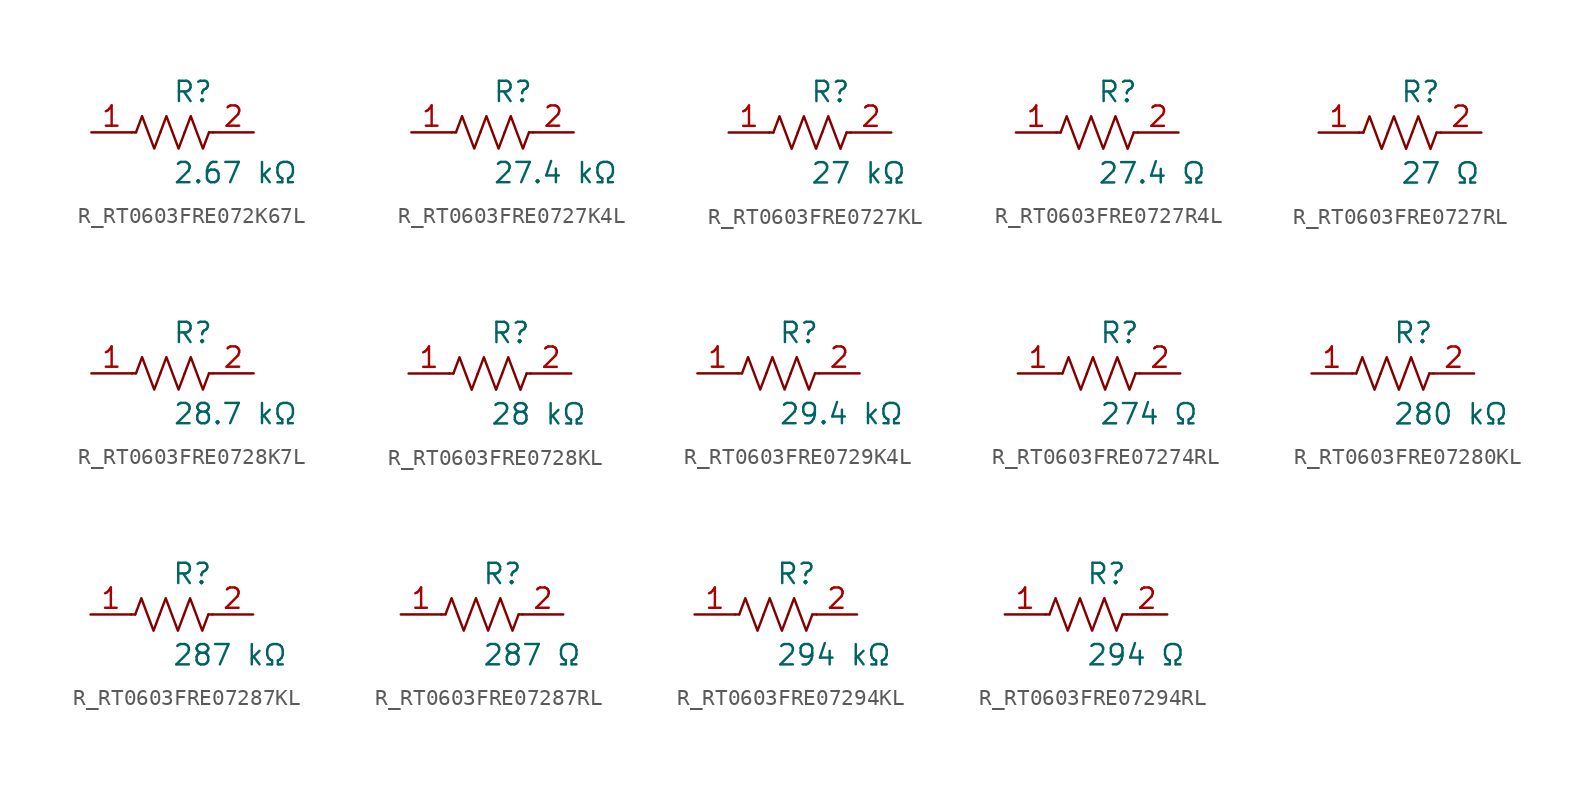
<source format=kicad_sym>
(kicad_symbol_lib
  (version 20231120)
  (generator kicad_symbol_editor)
  (generator_version 8.0)
  (symbol "R_RT0603FRE072K67L"
    (pin_names
      (offset 0.254))
    (property "Reference" "R"
      (at 0.0 2.54 0)
      (effects (font (size 1.27 1.27)) (justify left)))
    (property "Value" "2.67 kΩ"
      (at 0.0 -2.54 0)
      (effects (font (size 1.27 1.27)) (justify left)))
    (symbol "R_RT0603FRE072K67L_0_1"
      (polyline (pts (xy 2.286 0) (xy 2.54 0)) (stroke (width 0) (type default)) (fill (type none)))
      (polyline (pts (xy -2.286 0) (xy -2.54 0)) (stroke (width 0) (type default)) (fill (type none)))
      (polyline (pts (xy 0.762 0) (xy 1.143 1.016) (xy 1.524 0) (xy 1.905 -1.016) (xy 2.286 0)) (stroke (width 0) (type default)) (fill (type none)))
      (polyline (pts (xy -0.762 0) (xy -0.381 1.016) (xy 0 0) (xy 0.381 -1.016) (xy 0.762 0)) (stroke (width 0) (type default)) (fill (type none)))
      (polyline (pts (xy -2.286 0) (xy -1.905 1.016) (xy -1.524 0) (xy -1.143 -1.016) (xy -0.762 0)) (stroke (width 0) (type default)) (fill (type none))))
    (pin unspecified line
      (at -5.08 0 0)
      (length 2.54)
      (name "" (effects (font (size 1.27 1.27))))
      (number "1" (effects (font (size 1.27 1.27)))))
    (pin unspecified line
      (at 5.08 0 180)
      (length 2.54)
      (name "" (effects (font (size 1.27 1.27))))
      (number "2" (effects (font (size 1.27 1.27))))))
  (symbol "R_RT0603FRE0727K4L"
    (pin_names
      (offset 0.254))
    (property "Reference" "R"
      (at 0.0 2.54 0)
      (effects (font (size 1.27 1.27)) (justify left)))
    (property "Value" "27.4 kΩ"
      (at 0.0 -2.54 0)
      (effects (font (size 1.27 1.27)) (justify left)))
    (symbol "R_RT0603FRE0727K4L_0_1"
      (polyline (pts (xy 2.286 0) (xy 2.54 0)) (stroke (width 0) (type default)) (fill (type none)))
      (polyline (pts (xy -2.286 0) (xy -2.54 0)) (stroke (width 0) (type default)) (fill (type none)))
      (polyline (pts (xy 0.762 0) (xy 1.143 1.016) (xy 1.524 0) (xy 1.905 -1.016) (xy 2.286 0)) (stroke (width 0) (type default)) (fill (type none)))
      (polyline (pts (xy -0.762 0) (xy -0.381 1.016) (xy 0 0) (xy 0.381 -1.016) (xy 0.762 0)) (stroke (width 0) (type default)) (fill (type none)))
      (polyline (pts (xy -2.286 0) (xy -1.905 1.016) (xy -1.524 0) (xy -1.143 -1.016) (xy -0.762 0)) (stroke (width 0) (type default)) (fill (type none))))
    (pin unspecified line
      (at -5.08 0 0)
      (length 2.54)
      (name "" (effects (font (size 1.27 1.27))))
      (number "1" (effects (font (size 1.27 1.27)))))
    (pin unspecified line
      (at 5.08 0 180)
      (length 2.54)
      (name "" (effects (font (size 1.27 1.27))))
      (number "2" (effects (font (size 1.27 1.27))))))
  (symbol "R_RT0603FRE0727KL"
    (pin_names
      (offset 0.254))
    (property "Reference" "R"
      (at 0.0 2.54 0)
      (effects (font (size 1.27 1.27)) (justify left)))
    (property "Value" "27 kΩ"
      (at 0.0 -2.54 0)
      (effects (font (size 1.27 1.27)) (justify left)))
    (symbol "R_RT0603FRE0727KL_0_1"
      (polyline (pts (xy 2.286 0) (xy 2.54 0)) (stroke (width 0) (type default)) (fill (type none)))
      (polyline (pts (xy -2.286 0) (xy -2.54 0)) (stroke (width 0) (type default)) (fill (type none)))
      (polyline (pts (xy 0.762 0) (xy 1.143 1.016) (xy 1.524 0) (xy 1.905 -1.016) (xy 2.286 0)) (stroke (width 0) (type default)) (fill (type none)))
      (polyline (pts (xy -0.762 0) (xy -0.381 1.016) (xy 0 0) (xy 0.381 -1.016) (xy 0.762 0)) (stroke (width 0) (type default)) (fill (type none)))
      (polyline (pts (xy -2.286 0) (xy -1.905 1.016) (xy -1.524 0) (xy -1.143 -1.016) (xy -0.762 0)) (stroke (width 0) (type default)) (fill (type none))))
    (pin unspecified line
      (at -5.08 0 0)
      (length 2.54)
      (name "" (effects (font (size 1.27 1.27))))
      (number "1" (effects (font (size 1.27 1.27)))))
    (pin unspecified line
      (at 5.08 0 180)
      (length 2.54)
      (name "" (effects (font (size 1.27 1.27))))
      (number "2" (effects (font (size 1.27 1.27))))))
  (symbol "R_RT0603FRE0727R4L"
    (pin_names
      (offset 0.254))
    (property "Reference" "R"
      (at 0.0 2.54 0)
      (effects (font (size 1.27 1.27)) (justify left)))
    (property "Value" "27.4 Ω"
      (at 0.0 -2.54 0)
      (effects (font (size 1.27 1.27)) (justify left)))
    (symbol "R_RT0603FRE0727R4L_0_1"
      (polyline (pts (xy 2.286 0) (xy 2.54 0)) (stroke (width 0) (type default)) (fill (type none)))
      (polyline (pts (xy -2.286 0) (xy -2.54 0)) (stroke (width 0) (type default)) (fill (type none)))
      (polyline (pts (xy 0.762 0) (xy 1.143 1.016) (xy 1.524 0) (xy 1.905 -1.016) (xy 2.286 0)) (stroke (width 0) (type default)) (fill (type none)))
      (polyline (pts (xy -0.762 0) (xy -0.381 1.016) (xy 0 0) (xy 0.381 -1.016) (xy 0.762 0)) (stroke (width 0) (type default)) (fill (type none)))
      (polyline (pts (xy -2.286 0) (xy -1.905 1.016) (xy -1.524 0) (xy -1.143 -1.016) (xy -0.762 0)) (stroke (width 0) (type default)) (fill (type none))))
    (pin unspecified line
      (at -5.08 0 0)
      (length 2.54)
      (name "" (effects (font (size 1.27 1.27))))
      (number "1" (effects (font (size 1.27 1.27)))))
    (pin unspecified line
      (at 5.08 0 180)
      (length 2.54)
      (name "" (effects (font (size 1.27 1.27))))
      (number "2" (effects (font (size 1.27 1.27))))))
  (symbol "R_RT0603FRE0727RL"
    (pin_names
      (offset 0.254))
    (property "Reference" "R"
      (at 0.0 2.54 0)
      (effects (font (size 1.27 1.27)) (justify left)))
    (property "Value" "27 Ω"
      (at 0.0 -2.54 0)
      (effects (font (size 1.27 1.27)) (justify left)))
    (symbol "R_RT0603FRE0727RL_0_1"
      (polyline (pts (xy 2.286 0) (xy 2.54 0)) (stroke (width 0) (type default)) (fill (type none)))
      (polyline (pts (xy -2.286 0) (xy -2.54 0)) (stroke (width 0) (type default)) (fill (type none)))
      (polyline (pts (xy 0.762 0) (xy 1.143 1.016) (xy 1.524 0) (xy 1.905 -1.016) (xy 2.286 0)) (stroke (width 0) (type default)) (fill (type none)))
      (polyline (pts (xy -0.762 0) (xy -0.381 1.016) (xy 0 0) (xy 0.381 -1.016) (xy 0.762 0)) (stroke (width 0) (type default)) (fill (type none)))
      (polyline (pts (xy -2.286 0) (xy -1.905 1.016) (xy -1.524 0) (xy -1.143 -1.016) (xy -0.762 0)) (stroke (width 0) (type default)) (fill (type none))))
    (pin unspecified line
      (at -5.08 0 0)
      (length 2.54)
      (name "" (effects (font (size 1.27 1.27))))
      (number "1" (effects (font (size 1.27 1.27)))))
    (pin unspecified line
      (at 5.08 0 180)
      (length 2.54)
      (name "" (effects (font (size 1.27 1.27))))
      (number "2" (effects (font (size 1.27 1.27))))))
  (symbol "R_RT0603FRE0728K7L"
    (pin_names
      (offset 0.254))
    (property "Reference" "R"
      (at 0.0 2.54 0)
      (effects (font (size 1.27 1.27)) (justify left)))
    (property "Value" "28.7 kΩ"
      (at 0.0 -2.54 0)
      (effects (font (size 1.27 1.27)) (justify left)))
    (symbol "R_RT0603FRE0728K7L_0_1"
      (polyline (pts (xy 2.286 0) (xy 2.54 0)) (stroke (width 0) (type default)) (fill (type none)))
      (polyline (pts (xy -2.286 0) (xy -2.54 0)) (stroke (width 0) (type default)) (fill (type none)))
      (polyline (pts (xy 0.762 0) (xy 1.143 1.016) (xy 1.524 0) (xy 1.905 -1.016) (xy 2.286 0)) (stroke (width 0) (type default)) (fill (type none)))
      (polyline (pts (xy -0.762 0) (xy -0.381 1.016) (xy 0 0) (xy 0.381 -1.016) (xy 0.762 0)) (stroke (width 0) (type default)) (fill (type none)))
      (polyline (pts (xy -2.286 0) (xy -1.905 1.016) (xy -1.524 0) (xy -1.143 -1.016) (xy -0.762 0)) (stroke (width 0) (type default)) (fill (type none))))
    (pin unspecified line
      (at -5.08 0 0)
      (length 2.54)
      (name "" (effects (font (size 1.27 1.27))))
      (number "1" (effects (font (size 1.27 1.27)))))
    (pin unspecified line
      (at 5.08 0 180)
      (length 2.54)
      (name "" (effects (font (size 1.27 1.27))))
      (number "2" (effects (font (size 1.27 1.27))))))
  (symbol "R_RT0603FRE0728KL"
    (pin_names
      (offset 0.254))
    (property "Reference" "R"
      (at 0.0 2.54 0)
      (effects (font (size 1.27 1.27)) (justify left)))
    (property "Value" "28 kΩ"
      (at 0.0 -2.54 0)
      (effects (font (size 1.27 1.27)) (justify left)))
    (symbol "R_RT0603FRE0728KL_0_1"
      (polyline (pts (xy 2.286 0) (xy 2.54 0)) (stroke (width 0) (type default)) (fill (type none)))
      (polyline (pts (xy -2.286 0) (xy -2.54 0)) (stroke (width 0) (type default)) (fill (type none)))
      (polyline (pts (xy 0.762 0) (xy 1.143 1.016) (xy 1.524 0) (xy 1.905 -1.016) (xy 2.286 0)) (stroke (width 0) (type default)) (fill (type none)))
      (polyline (pts (xy -0.762 0) (xy -0.381 1.016) (xy 0 0) (xy 0.381 -1.016) (xy 0.762 0)) (stroke (width 0) (type default)) (fill (type none)))
      (polyline (pts (xy -2.286 0) (xy -1.905 1.016) (xy -1.524 0) (xy -1.143 -1.016) (xy -0.762 0)) (stroke (width 0) (type default)) (fill (type none))))
    (pin unspecified line
      (at -5.08 0 0)
      (length 2.54)
      (name "" (effects (font (size 1.27 1.27))))
      (number "1" (effects (font (size 1.27 1.27)))))
    (pin unspecified line
      (at 5.08 0 180)
      (length 2.54)
      (name "" (effects (font (size 1.27 1.27))))
      (number "2" (effects (font (size 1.27 1.27))))))
  (symbol "R_RT0603FRE0729K4L"
    (pin_names
      (offset 0.254))
    (property "Reference" "R"
      (at 0.0 2.54 0)
      (effects (font (size 1.27 1.27)) (justify left)))
    (property "Value" "29.4 kΩ"
      (at 0.0 -2.54 0)
      (effects (font (size 1.27 1.27)) (justify left)))
    (symbol "R_RT0603FRE0729K4L_0_1"
      (polyline (pts (xy 2.286 0) (xy 2.54 0)) (stroke (width 0) (type default)) (fill (type none)))
      (polyline (pts (xy -2.286 0) (xy -2.54 0)) (stroke (width 0) (type default)) (fill (type none)))
      (polyline (pts (xy 0.762 0) (xy 1.143 1.016) (xy 1.524 0) (xy 1.905 -1.016) (xy 2.286 0)) (stroke (width 0) (type default)) (fill (type none)))
      (polyline (pts (xy -0.762 0) (xy -0.381 1.016) (xy 0 0) (xy 0.381 -1.016) (xy 0.762 0)) (stroke (width 0) (type default)) (fill (type none)))
      (polyline (pts (xy -2.286 0) (xy -1.905 1.016) (xy -1.524 0) (xy -1.143 -1.016) (xy -0.762 0)) (stroke (width 0) (type default)) (fill (type none))))
    (pin unspecified line
      (at -5.08 0 0)
      (length 2.54)
      (name "" (effects (font (size 1.27 1.27))))
      (number "1" (effects (font (size 1.27 1.27)))))
    (pin unspecified line
      (at 5.08 0 180)
      (length 2.54)
      (name "" (effects (font (size 1.27 1.27))))
      (number "2" (effects (font (size 1.27 1.27))))))
  (symbol "R_RT0603FRE07274RL"
    (pin_names
      (offset 0.254))
    (property "Reference" "R"
      (at 0.0 2.54 0)
      (effects (font (size 1.27 1.27)) (justify left)))
    (property "Value" "274 Ω"
      (at 0.0 -2.54 0)
      (effects (font (size 1.27 1.27)) (justify left)))
    (symbol "R_RT0603FRE07274RL_0_1"
      (polyline (pts (xy 2.286 0) (xy 2.54 0)) (stroke (width 0) (type default)) (fill (type none)))
      (polyline (pts (xy -2.286 0) (xy -2.54 0)) (stroke (width 0) (type default)) (fill (type none)))
      (polyline (pts (xy 0.762 0) (xy 1.143 1.016) (xy 1.524 0) (xy 1.905 -1.016) (xy 2.286 0)) (stroke (width 0) (type default)) (fill (type none)))
      (polyline (pts (xy -0.762 0) (xy -0.381 1.016) (xy 0 0) (xy 0.381 -1.016) (xy 0.762 0)) (stroke (width 0) (type default)) (fill (type none)))
      (polyline (pts (xy -2.286 0) (xy -1.905 1.016) (xy -1.524 0) (xy -1.143 -1.016) (xy -0.762 0)) (stroke (width 0) (type default)) (fill (type none))))
    (pin unspecified line
      (at -5.08 0 0)
      (length 2.54)
      (name "" (effects (font (size 1.27 1.27))))
      (number "1" (effects (font (size 1.27 1.27)))))
    (pin unspecified line
      (at 5.08 0 180)
      (length 2.54)
      (name "" (effects (font (size 1.27 1.27))))
      (number "2" (effects (font (size 1.27 1.27))))))
  (symbol "R_RT0603FRE07280KL"
    (pin_names
      (offset 0.254))
    (property "Reference" "R"
      (at 0.0 2.54 0)
      (effects (font (size 1.27 1.27)) (justify left)))
    (property "Value" "280 kΩ"
      (at 0.0 -2.54 0)
      (effects (font (size 1.27 1.27)) (justify left)))
    (symbol "R_RT0603FRE07280KL_0_1"
      (polyline (pts (xy 2.286 0) (xy 2.54 0)) (stroke (width 0) (type default)) (fill (type none)))
      (polyline (pts (xy -2.286 0) (xy -2.54 0)) (stroke (width 0) (type default)) (fill (type none)))
      (polyline (pts (xy 0.762 0) (xy 1.143 1.016) (xy 1.524 0) (xy 1.905 -1.016) (xy 2.286 0)) (stroke (width 0) (type default)) (fill (type none)))
      (polyline (pts (xy -0.762 0) (xy -0.381 1.016) (xy 0 0) (xy 0.381 -1.016) (xy 0.762 0)) (stroke (width 0) (type default)) (fill (type none)))
      (polyline (pts (xy -2.286 0) (xy -1.905 1.016) (xy -1.524 0) (xy -1.143 -1.016) (xy -0.762 0)) (stroke (width 0) (type default)) (fill (type none))))
    (pin unspecified line
      (at -5.08 0 0)
      (length 2.54)
      (name "" (effects (font (size 1.27 1.27))))
      (number "1" (effects (font (size 1.27 1.27)))))
    (pin unspecified line
      (at 5.08 0 180)
      (length 2.54)
      (name "" (effects (font (size 1.27 1.27))))
      (number "2" (effects (font (size 1.27 1.27))))))
  (symbol "R_RT0603FRE07287KL"
    (pin_names
      (offset 0.254))
    (property "Reference" "R"
      (at 0.0 2.54 0)
      (effects (font (size 1.27 1.27)) (justify left)))
    (property "Value" "287 kΩ"
      (at 0.0 -2.54 0)
      (effects (font (size 1.27 1.27)) (justify left)))
    (symbol "R_RT0603FRE07287KL_0_1"
      (polyline (pts (xy 2.286 0) (xy 2.54 0)) (stroke (width 0) (type default)) (fill (type none)))
      (polyline (pts (xy -2.286 0) (xy -2.54 0)) (stroke (width 0) (type default)) (fill (type none)))
      (polyline (pts (xy 0.762 0) (xy 1.143 1.016) (xy 1.524 0) (xy 1.905 -1.016) (xy 2.286 0)) (stroke (width 0) (type default)) (fill (type none)))
      (polyline (pts (xy -0.762 0) (xy -0.381 1.016) (xy 0 0) (xy 0.381 -1.016) (xy 0.762 0)) (stroke (width 0) (type default)) (fill (type none)))
      (polyline (pts (xy -2.286 0) (xy -1.905 1.016) (xy -1.524 0) (xy -1.143 -1.016) (xy -0.762 0)) (stroke (width 0) (type default)) (fill (type none))))
    (pin unspecified line
      (at -5.08 0 0)
      (length 2.54)
      (name "" (effects (font (size 1.27 1.27))))
      (number "1" (effects (font (size 1.27 1.27)))))
    (pin unspecified line
      (at 5.08 0 180)
      (length 2.54)
      (name "" (effects (font (size 1.27 1.27))))
      (number "2" (effects (font (size 1.27 1.27))))))
  (symbol "R_RT0603FRE07287RL"
    (pin_names
      (offset 0.254))
    (property "Reference" "R"
      (at 0.0 2.54 0)
      (effects (font (size 1.27 1.27)) (justify left)))
    (property "Value" "287 Ω"
      (at 0.0 -2.54 0)
      (effects (font (size 1.27 1.27)) (justify left)))
    (symbol "R_RT0603FRE07287RL_0_1"
      (polyline (pts (xy 2.286 0) (xy 2.54 0)) (stroke (width 0) (type default)) (fill (type none)))
      (polyline (pts (xy -2.286 0) (xy -2.54 0)) (stroke (width 0) (type default)) (fill (type none)))
      (polyline (pts (xy 0.762 0) (xy 1.143 1.016) (xy 1.524 0) (xy 1.905 -1.016) (xy 2.286 0)) (stroke (width 0) (type default)) (fill (type none)))
      (polyline (pts (xy -0.762 0) (xy -0.381 1.016) (xy 0 0) (xy 0.381 -1.016) (xy 0.762 0)) (stroke (width 0) (type default)) (fill (type none)))
      (polyline (pts (xy -2.286 0) (xy -1.905 1.016) (xy -1.524 0) (xy -1.143 -1.016) (xy -0.762 0)) (stroke (width 0) (type default)) (fill (type none))))
    (pin unspecified line
      (at -5.08 0 0)
      (length 2.54)
      (name "" (effects (font (size 1.27 1.27))))
      (number "1" (effects (font (size 1.27 1.27)))))
    (pin unspecified line
      (at 5.08 0 180)
      (length 2.54)
      (name "" (effects (font (size 1.27 1.27))))
      (number "2" (effects (font (size 1.27 1.27))))))
  (symbol "R_RT0603FRE07294KL"
    (pin_names
      (offset 0.254))
    (property "Reference" "R"
      (at 0.0 2.54 0)
      (effects (font (size 1.27 1.27)) (justify left)))
    (property "Value" "294 kΩ"
      (at 0.0 -2.54 0)
      (effects (font (size 1.27 1.27)) (justify left)))
    (symbol "R_RT0603FRE07294KL_0_1"
      (polyline (pts (xy 2.286 0) (xy 2.54 0)) (stroke (width 0) (type default)) (fill (type none)))
      (polyline (pts (xy -2.286 0) (xy -2.54 0)) (stroke (width 0) (type default)) (fill (type none)))
      (polyline (pts (xy 0.762 0) (xy 1.143 1.016) (xy 1.524 0) (xy 1.905 -1.016) (xy 2.286 0)) (stroke (width 0) (type default)) (fill (type none)))
      (polyline (pts (xy -0.762 0) (xy -0.381 1.016) (xy 0 0) (xy 0.381 -1.016) (xy 0.762 0)) (stroke (width 0) (type default)) (fill (type none)))
      (polyline (pts (xy -2.286 0) (xy -1.905 1.016) (xy -1.524 0) (xy -1.143 -1.016) (xy -0.762 0)) (stroke (width 0) (type default)) (fill (type none))))
    (pin unspecified line
      (at -5.08 0 0)
      (length 2.54)
      (name "" (effects (font (size 1.27 1.27))))
      (number "1" (effects (font (size 1.27 1.27)))))
    (pin unspecified line
      (at 5.08 0 180)
      (length 2.54)
      (name "" (effects (font (size 1.27 1.27))))
      (number "2" (effects (font (size 1.27 1.27))))))
  (symbol "R_RT0603FRE07294RL"
    (pin_names
      (offset 0.254))
    (property "Reference" "R"
      (at 0.0 2.54 0)
      (effects (font (size 1.27 1.27)) (justify left)))
    (property "Value" "294 Ω"
      (at 0.0 -2.54 0)
      (effects (font (size 1.27 1.27)) (justify left)))
    (symbol "R_RT0603FRE07294RL_0_1"
      (polyline (pts (xy 2.286 0) (xy 2.54 0)) (stroke (width 0) (type default)) (fill (type none)))
      (polyline (pts (xy -2.286 0) (xy -2.54 0)) (stroke (width 0) (type default)) (fill (type none)))
      (polyline (pts (xy 0.762 0) (xy 1.143 1.016) (xy 1.524 0) (xy 1.905 -1.016) (xy 2.286 0)) (stroke (width 0) (type default)) (fill (type none)))
      (polyline (pts (xy -0.762 0) (xy -0.381 1.016) (xy 0 0) (xy 0.381 -1.016) (xy 0.762 0)) (stroke (width 0) (type default)) (fill (type none)))
      (polyline (pts (xy -2.286 0) (xy -1.905 1.016) (xy -1.524 0) (xy -1.143 -1.016) (xy -0.762 0)) (stroke (width 0) (type default)) (fill (type none))))
    (pin unspecified line
      (at -5.08 0 0)
      (length 2.54)
      (name "" (effects (font (size 1.27 1.27))))
      (number "1" (effects (font (size 1.27 1.27)))))
    (pin unspecified line
      (at 5.08 0 180)
      (length 2.54)
      (name "" (effects (font (size 1.27 1.27))))
      (number "2" (effects (font (size 1.27 1.27)))))))
</source>
